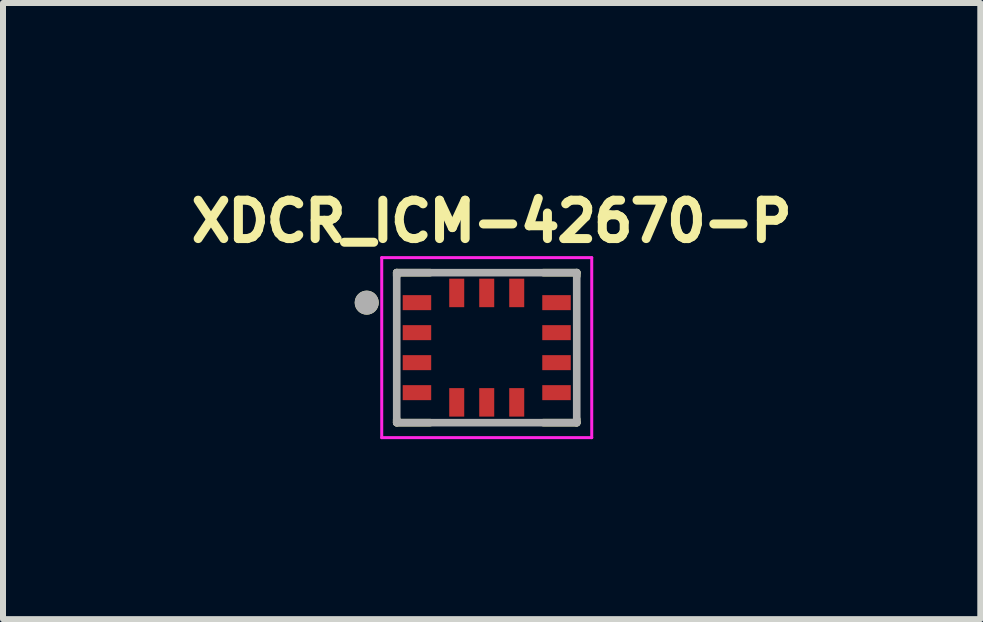
<source format=kicad_pcb>
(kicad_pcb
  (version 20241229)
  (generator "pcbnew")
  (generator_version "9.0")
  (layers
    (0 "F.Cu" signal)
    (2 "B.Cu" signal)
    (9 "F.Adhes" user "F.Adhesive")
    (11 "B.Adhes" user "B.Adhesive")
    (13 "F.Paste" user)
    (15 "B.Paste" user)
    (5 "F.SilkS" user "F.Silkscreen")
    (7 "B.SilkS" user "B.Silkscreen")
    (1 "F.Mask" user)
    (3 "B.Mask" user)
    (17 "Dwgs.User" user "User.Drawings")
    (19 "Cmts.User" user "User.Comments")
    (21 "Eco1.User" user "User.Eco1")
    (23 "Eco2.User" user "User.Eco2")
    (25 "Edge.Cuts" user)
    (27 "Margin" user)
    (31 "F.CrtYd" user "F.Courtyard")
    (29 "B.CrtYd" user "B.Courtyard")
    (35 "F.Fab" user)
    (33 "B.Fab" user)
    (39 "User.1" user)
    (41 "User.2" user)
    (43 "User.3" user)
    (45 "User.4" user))
  (footprint "XDCR_ICM-42670-P"
    (layer "F.Cu")
    (at 5.062 2.744)
    (property "Reference" "XDCR_ICM-42670-P" (at 0.082 -2.106 0) (layer "F.SilkS") (effects (font (size 0.64 0.64) (thickness 0.15))))
    (attr smd)
    (fp_poly (pts (xy -1.45 -0.925) (xy -0.875 -0.925) (xy -0.875 -0.575) (xy -1.45 -0.575)) (stroke (width 0.01) (type solid)) (fill yes) (layer "F.Mask"))
    (fp_poly (pts (xy -1.45 -0.425) (xy -0.875 -0.425) (xy -0.875 -0.075) (xy -1.45 -0.075)) (stroke (width 0.01) (type solid)) (fill yes) (layer "F.Mask"))
    (fp_poly (pts (xy -1.45 0.075) (xy -0.875 0.075) (xy -0.875 0.425) (xy -1.45 0.425)) (stroke (width 0.01) (type solid)) (fill yes) (layer "F.Mask"))
    (fp_poly (pts (xy -1.45 0.575) (xy -0.875 0.575) (xy -0.875 0.925) (xy -1.45 0.925)) (stroke (width 0.01) (type solid)) (fill yes) (layer "F.Mask"))
    (fp_poly (pts (xy -0.675 -1.2) (xy -0.325 -1.2) (xy -0.325 -0.625) (xy -0.675 -0.625)) (stroke (width 0.01) (type solid)) (fill yes) (layer "F.Mask"))
    (fp_poly (pts (xy -0.675 0.625) (xy -0.325 0.625) (xy -0.325 1.2) (xy -0.675 1.2)) (stroke (width 0.01) (type solid)) (fill yes) (layer "F.Mask"))
    (fp_poly (pts (xy -0.175 -1.2) (xy 0.175 -1.2) (xy 0.175 -0.625) (xy -0.175 -0.625)) (stroke (width 0.01) (type solid)) (fill yes) (layer "F.Mask"))
    (fp_poly (pts (xy -0.175 0.625) (xy 0.175 0.625) (xy 0.175 1.2) (xy -0.175 1.2)) (stroke (width 0.01) (type solid)) (fill yes) (layer "F.Mask"))
    (fp_poly (pts (xy 0.325 -1.2) (xy 0.675 -1.2) (xy 0.675 -0.625) (xy 0.325 -0.625)) (stroke (width 0.01) (type solid)) (fill yes) (layer "F.Mask"))
    (fp_poly (pts (xy 0.325 0.625) (xy 0.675 0.625) (xy 0.675 1.2) (xy 0.325 1.2)) (stroke (width 0.01) (type solid)) (fill yes) (layer "F.Mask"))
    (fp_poly (pts (xy 0.875 -0.925) (xy 1.45 -0.925) (xy 1.45 -0.575) (xy 0.875 -0.575)) (stroke (width 0.01) (type solid)) (fill yes) (layer "F.Mask"))
    (fp_poly (pts (xy 0.875 -0.425) (xy 1.45 -0.425) (xy 1.45 -0.075) (xy 0.875 -0.075)) (stroke (width 0.01) (type solid)) (fill yes) (layer "F.Mask"))
    (fp_poly (pts (xy 0.875 0.075) (xy 1.45 0.075) (xy 1.45 0.425) (xy 0.875 0.425)) (stroke (width 0.01) (type solid)) (fill yes) (layer "F.Mask"))
    (fp_poly (pts (xy 0.875 0.575) (xy 1.45 0.575) (xy 1.45 0.925) (xy 0.875 0.925)) (stroke (width 0.01) (type solid)) (fill yes) (layer "F.Mask"))
    (fp_line (start -1.5 -1.25) (end -0.945 -1.25) (stroke (width 0.127) (type solid)) (layer "F.SilkS"))
    (fp_line (start -1.5 -1.195) (end -1.5 -1.25) (stroke (width 0.127) (type solid)) (layer "F.SilkS"))
    (fp_line (start -1.5 1.25) (end -1.5 1.195) (stroke (width 0.127) (type solid)) (layer "F.SilkS"))
    (fp_line (start -0.945 1.25) (end -1.5 1.25) (stroke (width 0.127) (type solid)) (layer "F.SilkS"))
    (fp_line (start 0.945 -1.25) (end 1.5 -1.25) (stroke (width 0.127) (type solid)) (layer "F.SilkS"))
    (fp_line (start 1.5 -1.25) (end 1.5 -1.195) (stroke (width 0.127) (type solid)) (layer "F.SilkS"))
    (fp_line (start 1.5 1.25) (end 0.945 1.25) (stroke (width 0.127) (type solid)) (layer "F.SilkS"))
    (fp_line (start 1.5 1.25) (end 1.5 1.195) (stroke (width 0.127) (type solid)) (layer "F.SilkS"))
    (fp_circle (center -2 -0.75) (end -1.9 -0.75) (stroke (width 0.2) (type solid)) (fill no) (layer "F.SilkS"))
    (fp_poly (pts (xy -1.387 -0.869) (xy -0.938 -0.869) (xy -0.938 -0.631) (xy -1.387 -0.631)) (stroke (width 0.01) (type solid)) (fill yes) (layer "F.Paste"))
    (fp_poly (pts (xy -1.387 -0.369) (xy -0.938 -0.369) (xy -0.938 -0.131) (xy -1.387 -0.131)) (stroke (width 0.01) (type solid)) (fill yes) (layer "F.Paste"))
    (fp_poly (pts (xy -1.387 0.131) (xy -0.938 0.131) (xy -0.938 0.369) (xy -1.387 0.369)) (stroke (width 0.01) (type solid)) (fill yes) (layer "F.Paste"))
    (fp_poly (pts (xy -1.387 0.631) (xy -0.938 0.631) (xy -0.938 0.869) (xy -1.387 0.869)) (stroke (width 0.01) (type solid)) (fill yes) (layer "F.Paste"))
    (fp_poly (pts (xy -0.619 -1.137) (xy -0.381 -1.137) (xy -0.381 -0.688) (xy -0.619 -0.688)) (stroke (width 0.01) (type solid)) (fill yes) (layer "F.Paste"))
    (fp_poly (pts (xy -0.619 0.688) (xy -0.381 0.688) (xy -0.381 1.137) (xy -0.619 1.137)) (stroke (width 0.01) (type solid)) (fill yes) (layer "F.Paste"))
    (fp_poly (pts (xy -0.119 -1.137) (xy 0.119 -1.137) (xy 0.119 -0.688) (xy -0.119 -0.688)) (stroke (width 0.01) (type solid)) (fill yes) (layer "F.Paste"))
    (fp_poly (pts (xy -0.119 0.688) (xy 0.119 0.688) (xy 0.119 1.137) (xy -0.119 1.137)) (stroke (width 0.01) (type solid)) (fill yes) (layer "F.Paste"))
    (fp_poly (pts (xy 0.381 -1.137) (xy 0.619 -1.137) (xy 0.619 -0.688) (xy 0.381 -0.688)) (stroke (width 0.01) (type solid)) (fill yes) (layer "F.Paste"))
    (fp_poly (pts (xy 0.381 0.688) (xy 0.619 0.688) (xy 0.619 1.137) (xy 0.381 1.137)) (stroke (width 0.01) (type solid)) (fill yes) (layer "F.Paste"))
    (fp_poly (pts (xy 0.938 -0.869) (xy 1.387 -0.869) (xy 1.387 -0.631) (xy 0.938 -0.631)) (stroke (width 0.01) (type solid)) (fill yes) (layer "F.Paste"))
    (fp_poly (pts (xy 0.938 -0.369) (xy 1.387 -0.369) (xy 1.387 -0.131) (xy 0.938 -0.131)) (stroke (width 0.01) (type solid)) (fill yes) (layer "F.Paste"))
    (fp_poly (pts (xy 0.938 0.131) (xy 1.387 0.131) (xy 1.387 0.369) (xy 0.938 0.369)) (stroke (width 0.01) (type solid)) (fill yes) (layer "F.Paste"))
    (fp_poly (pts (xy 0.938 0.631) (xy 1.387 0.631) (xy 1.387 0.869) (xy 0.938 0.869)) (stroke (width 0.01) (type solid)) (fill yes) (layer "F.Paste"))
    (fp_line (start -1.75 -1.5) (end -1.75 1.5) (stroke (width 0.05) (type solid)) (layer "F.CrtYd"))
    (fp_line (start -1.75 1.5) (end 1.75 1.5) (stroke (width 0.05) (type solid)) (layer "F.CrtYd"))
    (fp_line (start 1.75 -1.5) (end -1.75 -1.5) (stroke (width 0.05) (type solid)) (layer "F.CrtYd"))
    (fp_line (start 1.75 1.5) (end 1.75 -1.5) (stroke (width 0.05) (type solid)) (layer "F.CrtYd"))
    (fp_line (start -1.5 -1.25) (end 1.5 -1.25) (stroke (width 0.127) (type solid)) (layer "F.Fab"))
    (fp_line (start -1.5 1.25) (end -1.5 -1.25) (stroke (width 0.127) (type solid)) (layer "F.Fab"))
    (fp_line (start 1.5 -1.25) (end 1.5 1.25) (stroke (width 0.127) (type solid)) (layer "F.Fab"))
    (fp_line (start 1.5 1.25) (end -1.5 1.25) (stroke (width 0.127) (type solid)) (layer "F.Fab"))
    (fp_circle (center -2 -0.75) (end -1.9 -0.75) (stroke (width 0.2) (type solid)) (fill no) (layer "F.Fab"))
    (pad "1" smd rect (at -1.163 -0.75) (size 0.475 0.25) (layers "F.Cu"))
    (pad "2" smd rect (at -1.163 -0.25) (size 0.475 0.25) (layers "F.Cu"))
    (pad "3" smd rect (at -1.163 0.25) (size 0.475 0.25) (layers "F.Cu"))
    (pad "4" smd rect (at -1.163 0.75) (size 0.475 0.25) (layers "F.Cu"))
    (pad "5" smd rect (at -0.5 0.912) (size 0.25 0.475) (layers "F.Cu"))
    (pad "6" smd rect (at 0 0.912) (size 0.25 0.475) (layers "F.Cu"))
    (pad "7" smd rect (at 0.5 0.912) (size 0.25 0.475) (layers "F.Cu"))
    (pad "8" smd rect (at 1.163 0.75) (size 0.475 0.25) (layers "F.Cu"))
    (pad "9" smd rect (at 1.163 0.25) (size 0.475 0.25) (layers "F.Cu"))
    (pad "10" smd rect (at 1.163 -0.25) (size 0.475 0.25) (layers "F.Cu"))
    (pad "11" smd rect (at 1.163 -0.75) (size 0.475 0.25) (layers "F.Cu"))
    (pad "12" smd rect (at 0.5 -0.912) (size 0.25 0.475) (layers "F.Cu"))
    (pad "13" smd rect (at 0 -0.912) (size 0.25 0.475) (layers "F.Cu"))
    (pad "14" smd rect (at -0.5 -0.912) (size 0.25 0.475) (layers "F.Cu"))
    (zone (net_name "") (layer "F.Cu") (hatch full 0.508) (connect_pads) (min_thickness 0.01) (filled_areas_thickness no) (keepout (tracks not_allowed) (vias not_allowed) (pads not_allowed) (copperpour not_allowed) (footprints allowed)) (placement (enabled no)) (fill) (polygon (pts (xy 4.137 2.069) (xy 5.987 2.069) (xy 5.987 3.419) (xy 4.137 3.419))))
    (zone (net_name "") (layers "F.Cu" "B.Cu") (hatch full 0.508) (connect_pads) (min_thickness 0.01) (filled_areas_thickness no) (keepout (tracks allowed) (vias not_allowed) (pads allowed) (copperpour allowed) (footprints allowed)) (placement (enabled no)) (fill) (polygon (pts (xy 4.137 2.069) (xy 5.987 2.069) (xy 5.987 3.419) (xy 4.137 3.419)))))
  (gr_rect
    (start -3 -3)
    (end 13.288 7.269)
    (stroke (width 0.1) (type default))
    (fill no)
    (layer "Edge.Cuts")))
</source>
